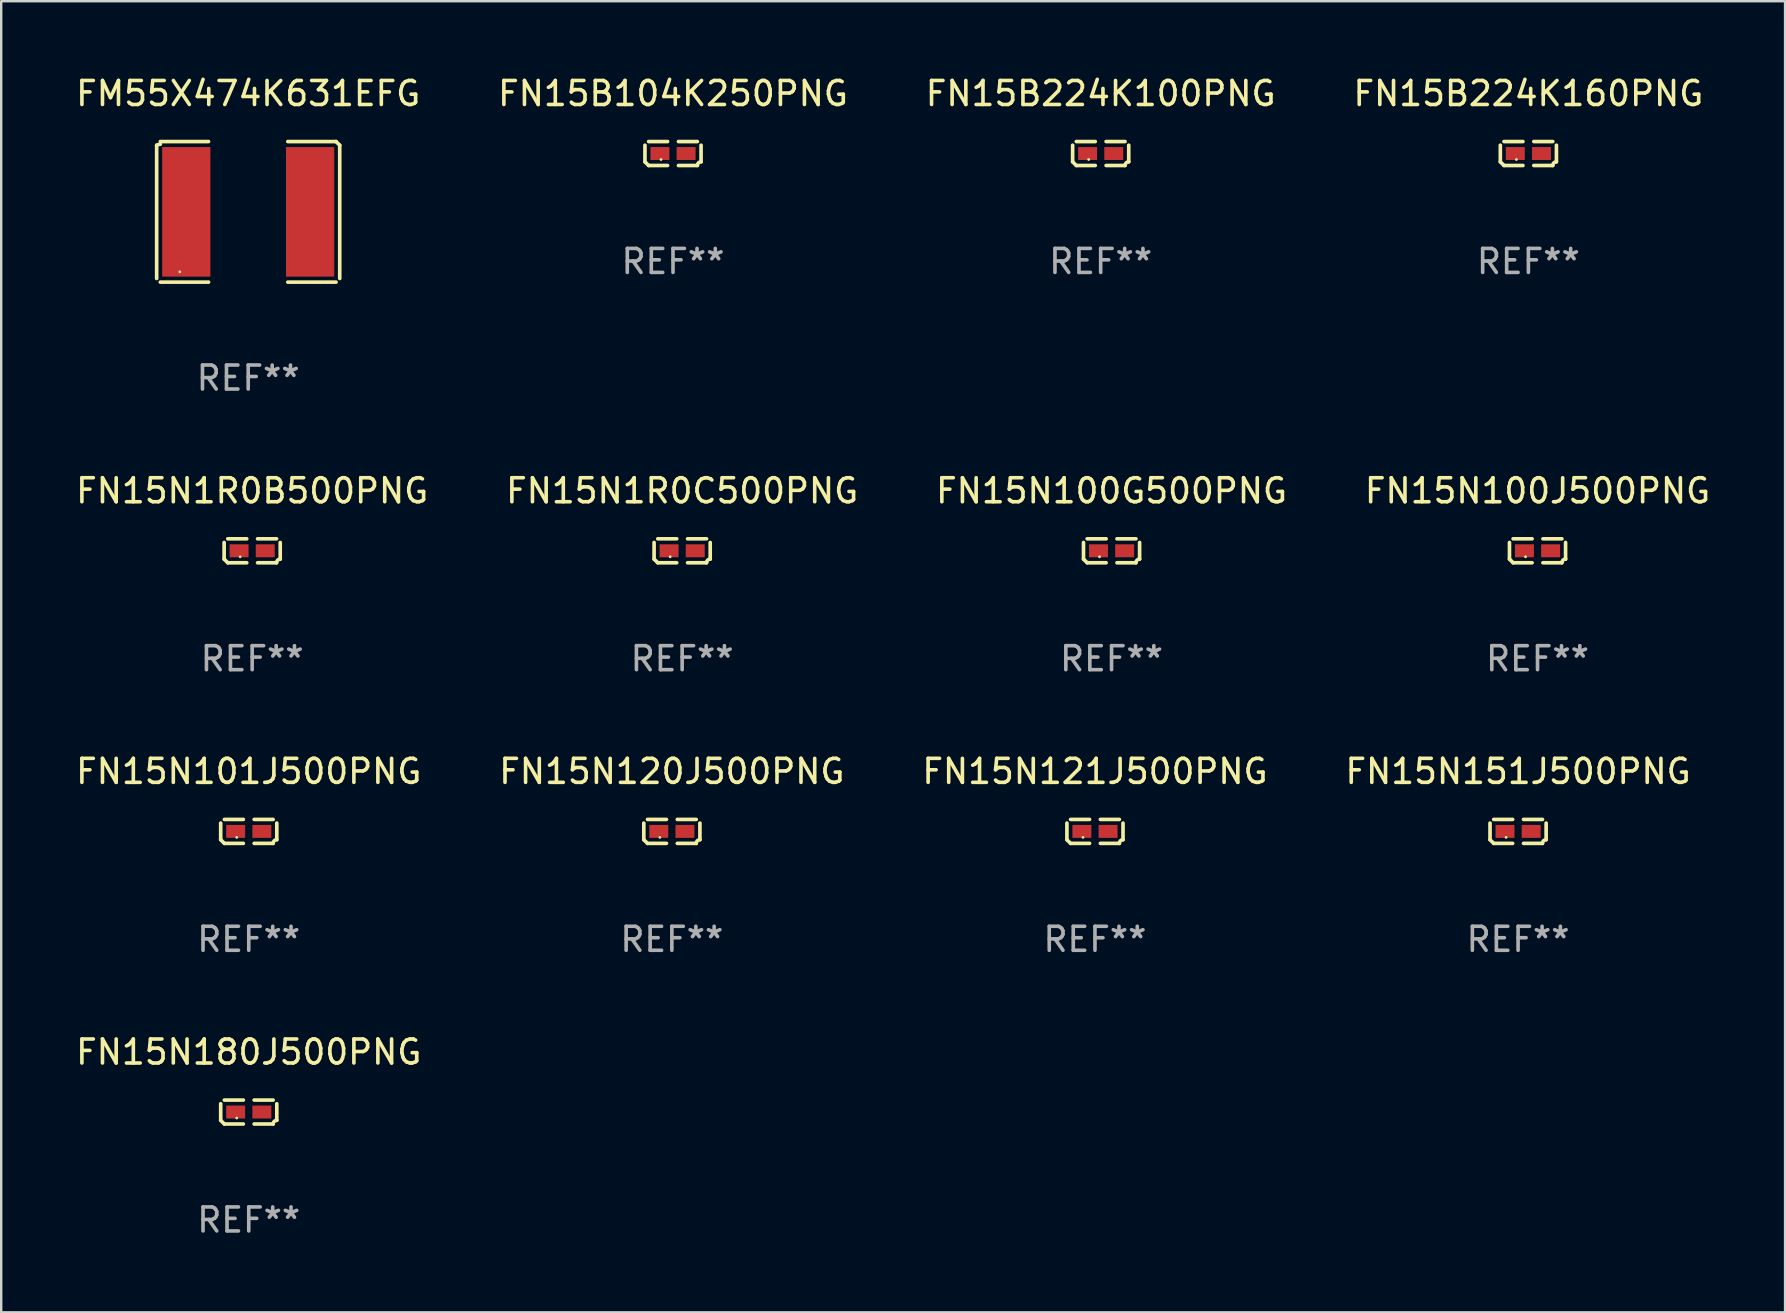
<source format=kicad_pcb>
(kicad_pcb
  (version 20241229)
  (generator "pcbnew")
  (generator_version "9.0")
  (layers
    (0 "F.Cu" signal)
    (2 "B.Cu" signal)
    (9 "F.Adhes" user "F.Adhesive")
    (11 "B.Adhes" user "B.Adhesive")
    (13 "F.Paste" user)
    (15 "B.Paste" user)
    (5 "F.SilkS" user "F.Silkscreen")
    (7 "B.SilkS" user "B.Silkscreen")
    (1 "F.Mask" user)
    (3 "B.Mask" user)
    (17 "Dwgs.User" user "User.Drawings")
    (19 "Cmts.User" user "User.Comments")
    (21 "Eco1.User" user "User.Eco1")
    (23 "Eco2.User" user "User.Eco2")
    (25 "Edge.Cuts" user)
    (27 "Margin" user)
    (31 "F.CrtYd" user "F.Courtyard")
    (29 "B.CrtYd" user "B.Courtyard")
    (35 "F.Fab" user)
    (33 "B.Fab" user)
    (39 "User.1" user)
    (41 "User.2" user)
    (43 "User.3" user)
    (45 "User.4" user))
  (footprint "FN15N1R0B500PNG"
    (layer "F.Cu")
    (at 7.458 19.901)
    (property "Reference" "FN15N1R0B500PNG" (at 0 -2.499 0) (layer "F.SilkS") (effects (font (size 1 1) (thickness 0.15))))
    (attr through_hole)
    (fp_line (start -1.169 0.346) (end -1.169 -0.346) (stroke (width 0.152) (type solid)) (layer "F.SilkS"))
    (fp_line (start -1.016 -0.499) (end -0.226 -0.499) (stroke (width 0.152) (type solid)) (layer "F.SilkS"))
    (fp_line (start -0.226 0.499) (end -1.016 0.499) (stroke (width 0.152) (type solid)) (layer "F.SilkS"))
    (fp_line (start 0.226 0.499) (end 1.016 0.499) (stroke (width 0.152) (type solid)) (layer "F.SilkS"))
    (fp_line (start 1.016 -0.499) (end 0.226 -0.499) (stroke (width 0.152) (type solid)) (layer "F.SilkS"))
    (fp_line (start 1.169 0.346) (end 1.169 -0.346) (stroke (width 0.152) (type solid)) (layer "F.SilkS"))
    (fp_arc (start -1.016307 0.498603) (mid -1.092512 0.422405) (end -1.16871 0.3462) (stroke (width 0.1524) (type solid)) (layer "F.SilkS"))
    (fp_arc (start 1.016307 0.498603) (mid 1.060899 0.390758) (end 1.168707 0.346076) (stroke (width 0.1524) (type solid)) (layer "F.SilkS"))
    (fp_circle (center -0.5 0.25) (end -0.47 0.25) (stroke (width 0.06) (type solid)) (fill no) (layer "F.SilkS"))
    (fp_text user "REF**" (at 0 4.499 0) (layer "F.Fab") (effects (font (size 1 1) (thickness 0.15))))
    (pad "1" smd rect (at -0.545 0) (size 0.79 0.54) (layers "F.Cu" "F.Mask" "F.Paste"))
    (pad "2" smd rect (at 0.545 0) (size 0.79 0.54) (layers "F.Cu" "F.Mask" "F.Paste")))
  (footprint "FN15B224K100PNG"
    (layer "F.Cu")
    (at 42.815 3.347)
    (property "Reference" "FN15B224K100PNG" (at 0 -2.499 0) (layer "F.SilkS") (effects (font (size 1 1) (thickness 0.15))))
    (attr through_hole)
    (fp_line (start -1.169 0.346) (end -1.169 -0.346) (stroke (width 0.152) (type solid)) (layer "F.SilkS"))
    (fp_line (start -1.016 -0.499) (end -0.226 -0.499) (stroke (width 0.152) (type solid)) (layer "F.SilkS"))
    (fp_line (start -0.226 0.499) (end -1.016 0.499) (stroke (width 0.152) (type solid)) (layer "F.SilkS"))
    (fp_line (start 0.226 0.499) (end 1.016 0.499) (stroke (width 0.152) (type solid)) (layer "F.SilkS"))
    (fp_line (start 1.016 -0.499) (end 0.226 -0.499) (stroke (width 0.152) (type solid)) (layer "F.SilkS"))
    (fp_line (start 1.169 0.346) (end 1.169 -0.346) (stroke (width 0.152) (type solid)) (layer "F.SilkS"))
    (fp_arc (start -1.016307 0.498603) (mid -1.092512 0.422405) (end -1.16871 0.3462) (stroke (width 0.1524) (type solid)) (layer "F.SilkS"))
    (fp_arc (start 1.016307 0.498603) (mid 1.060899 0.390758) (end 1.168707 0.346076) (stroke (width 0.1524) (type solid)) (layer "F.SilkS"))
    (fp_circle (center -0.5 0.25) (end -0.47 0.25) (stroke (width 0.06) (type solid)) (fill no) (layer "F.SilkS"))
    (fp_text user "REF**" (at 0 4.499 0) (layer "F.Fab") (effects (font (size 1 1) (thickness 0.15))))
    (pad "1" smd rect (at -0.545 0) (size 0.79 0.54) (layers "F.Cu" "F.Mask" "F.Paste"))
    (pad "2" smd rect (at 0.545 0) (size 0.79 0.54) (layers "F.Cu" "F.Mask" "F.Paste")))
  (footprint "FN15N151J500PNG"
    (layer "F.Cu")
    (at 60.208 31.594)
    (property "Reference" "FN15N151J500PNG" (at 0 -2.499 0) (layer "F.SilkS") (effects (font (size 1 1) (thickness 0.15))))
    (attr through_hole)
    (fp_line (start -1.169 0.346) (end -1.169 -0.346) (stroke (width 0.152) (type solid)) (layer "F.SilkS"))
    (fp_line (start -1.016 -0.499) (end -0.226 -0.499) (stroke (width 0.152) (type solid)) (layer "F.SilkS"))
    (fp_line (start -0.226 0.499) (end -1.016 0.499) (stroke (width 0.152) (type solid)) (layer "F.SilkS"))
    (fp_line (start 0.226 0.499) (end 1.016 0.499) (stroke (width 0.152) (type solid)) (layer "F.SilkS"))
    (fp_line (start 1.016 -0.499) (end 0.226 -0.499) (stroke (width 0.152) (type solid)) (layer "F.SilkS"))
    (fp_line (start 1.169 0.346) (end 1.169 -0.346) (stroke (width 0.152) (type solid)) (layer "F.SilkS"))
    (fp_arc (start -1.016307 0.498603) (mid -1.092512 0.422405) (end -1.16871 0.3462) (stroke (width 0.1524) (type solid)) (layer "F.SilkS"))
    (fp_arc (start 1.016307 0.498603) (mid 1.060899 0.390758) (end 1.168707 0.346076) (stroke (width 0.1524) (type solid)) (layer "F.SilkS"))
    (fp_circle (center -0.5 0.25) (end -0.47 0.25) (stroke (width 0.06) (type solid)) (fill no) (layer "F.SilkS"))
    (fp_text user "REF**" (at 0 4.499 0) (layer "F.Fab") (effects (font (size 1 1) (thickness 0.15))))
    (pad "1" smd rect (at -0.545 0) (size 0.79 0.54) (layers "F.Cu" "F.Mask" "F.Paste"))
    (pad "2" smd rect (at 0.545 0) (size 0.79 0.54) (layers "F.Cu" "F.Mask" "F.Paste")))
  (footprint "FN15N100G500PNG"
    (layer "F.Cu")
    (at 43.268 19.901)
    (property "Reference" "FN15N100G500PNG" (at 0 -2.499 0) (layer "F.SilkS") (effects (font (size 1 1) (thickness 0.15))))
    (attr through_hole)
    (fp_line (start -1.169 0.346) (end -1.169 -0.346) (stroke (width 0.152) (type solid)) (layer "F.SilkS"))
    (fp_line (start -1.016 -0.499) (end -0.226 -0.499) (stroke (width 0.152) (type solid)) (layer "F.SilkS"))
    (fp_line (start -0.226 0.499) (end -1.016 0.499) (stroke (width 0.152) (type solid)) (layer "F.SilkS"))
    (fp_line (start 0.226 0.499) (end 1.016 0.499) (stroke (width 0.152) (type solid)) (layer "F.SilkS"))
    (fp_line (start 1.016 -0.499) (end 0.226 -0.499) (stroke (width 0.152) (type solid)) (layer "F.SilkS"))
    (fp_line (start 1.169 0.346) (end 1.169 -0.346) (stroke (width 0.152) (type solid)) (layer "F.SilkS"))
    (fp_arc (start -1.016307 0.498603) (mid -1.092512 0.422405) (end -1.16871 0.3462) (stroke (width 0.1524) (type solid)) (layer "F.SilkS"))
    (fp_arc (start 1.016307 0.498603) (mid 1.060899 0.390758) (end 1.168707 0.346076) (stroke (width 0.1524) (type solid)) (layer "F.SilkS"))
    (fp_circle (center -0.5 0.25) (end -0.47 0.25) (stroke (width 0.06) (type solid)) (fill no) (layer "F.SilkS"))
    (fp_text user "REF**" (at 0 4.499 0) (layer "F.Fab") (effects (font (size 1 1) (thickness 0.15))))
    (pad "1" smd rect (at -0.545 0) (size 0.79 0.54) (layers "F.Cu" "F.Mask" "F.Paste"))
    (pad "2" smd rect (at 0.545 0) (size 0.79 0.54) (layers "F.Cu" "F.Mask" "F.Paste")))
  (footprint "FN15N120J500PNG"
    (layer "F.Cu")
    (at 24.946 31.594)
    (property "Reference" "FN15N120J500PNG" (at 0 -2.499 0) (layer "F.SilkS") (effects (font (size 1 1) (thickness 0.15))))
    (attr through_hole)
    (fp_line (start -1.169 0.346) (end -1.169 -0.346) (stroke (width 0.152) (type solid)) (layer "F.SilkS"))
    (fp_line (start -1.016 -0.499) (end -0.226 -0.499) (stroke (width 0.152) (type solid)) (layer "F.SilkS"))
    (fp_line (start -0.226 0.499) (end -1.016 0.499) (stroke (width 0.152) (type solid)) (layer "F.SilkS"))
    (fp_line (start 0.226 0.499) (end 1.016 0.499) (stroke (width 0.152) (type solid)) (layer "F.SilkS"))
    (fp_line (start 1.016 -0.499) (end 0.226 -0.499) (stroke (width 0.152) (type solid)) (layer "F.SilkS"))
    (fp_line (start 1.169 0.346) (end 1.169 -0.346) (stroke (width 0.152) (type solid)) (layer "F.SilkS"))
    (fp_arc (start -1.016307 0.498603) (mid -1.092512 0.422405) (end -1.16871 0.3462) (stroke (width 0.1524) (type solid)) (layer "F.SilkS"))
    (fp_arc (start 1.016307 0.498603) (mid 1.060899 0.390758) (end 1.168707 0.346076) (stroke (width 0.1524) (type solid)) (layer "F.SilkS"))
    (fp_circle (center -0.5 0.25) (end -0.47 0.25) (stroke (width 0.06) (type solid)) (fill no) (layer "F.SilkS"))
    (fp_text user "REF**" (at 0 4.499 0) (layer "F.Fab") (effects (font (size 1 1) (thickness 0.15))))
    (pad "1" smd rect (at -0.545 0) (size 0.79 0.54) (layers "F.Cu" "F.Mask" "F.Paste"))
    (pad "2" smd rect (at 0.545 0) (size 0.79 0.54) (layers "F.Cu" "F.Mask" "F.Paste")))
  (footprint "FN15N180J500PNG"
    (layer "F.Cu")
    (at 7.315 43.288)
    (property "Reference" "FN15N180J500PNG" (at 0 -2.499 0) (layer "F.SilkS") (effects (font (size 1 1) (thickness 0.15))))
    (attr through_hole)
    (fp_line (start -1.169 0.346) (end -1.169 -0.346) (stroke (width 0.152) (type solid)) (layer "F.SilkS"))
    (fp_line (start -1.016 -0.499) (end -0.226 -0.499) (stroke (width 0.152) (type solid)) (layer "F.SilkS"))
    (fp_line (start -0.226 0.499) (end -1.016 0.499) (stroke (width 0.152) (type solid)) (layer "F.SilkS"))
    (fp_line (start 0.226 0.499) (end 1.016 0.499) (stroke (width 0.152) (type solid)) (layer "F.SilkS"))
    (fp_line (start 1.016 -0.499) (end 0.226 -0.499) (stroke (width 0.152) (type solid)) (layer "F.SilkS"))
    (fp_line (start 1.169 0.346) (end 1.169 -0.346) (stroke (width 0.152) (type solid)) (layer "F.SilkS"))
    (fp_arc (start -1.016307 0.498603) (mid -1.092512 0.422405) (end -1.16871 0.3462) (stroke (width 0.1524) (type solid)) (layer "F.SilkS"))
    (fp_arc (start 1.016307 0.498603) (mid 1.060899 0.390758) (end 1.168707 0.346076) (stroke (width 0.1524) (type solid)) (layer "F.SilkS"))
    (fp_circle (center -0.5 0.25) (end -0.47 0.25) (stroke (width 0.06) (type solid)) (fill no) (layer "F.SilkS"))
    (fp_text user "REF**" (at 0 4.499 0) (layer "F.Fab") (effects (font (size 1 1) (thickness 0.15))))
    (pad "1" smd rect (at -0.545 0) (size 0.79 0.54) (layers "F.Cu" "F.Mask" "F.Paste"))
    (pad "2" smd rect (at 0.545 0) (size 0.79 0.54) (layers "F.Cu" "F.Mask" "F.Paste")))
  (footprint "FN15B104K250PNG"
    (layer "F.Cu")
    (at 24.994 3.347)
    (property "Reference" "FN15B104K250PNG" (at 0 -2.499 0) (layer "F.SilkS") (effects (font (size 1 1) (thickness 0.15))))
    (attr through_hole)
    (fp_line (start -1.169 0.346) (end -1.169 -0.346) (stroke (width 0.152) (type solid)) (layer "F.SilkS"))
    (fp_line (start -1.016 -0.499) (end -0.226 -0.499) (stroke (width 0.152) (type solid)) (layer "F.SilkS"))
    (fp_line (start -0.226 0.499) (end -1.016 0.499) (stroke (width 0.152) (type solid)) (layer "F.SilkS"))
    (fp_line (start 0.226 0.499) (end 1.016 0.499) (stroke (width 0.152) (type solid)) (layer "F.SilkS"))
    (fp_line (start 1.016 -0.499) (end 0.226 -0.499) (stroke (width 0.152) (type solid)) (layer "F.SilkS"))
    (fp_line (start 1.169 0.346) (end 1.169 -0.346) (stroke (width 0.152) (type solid)) (layer "F.SilkS"))
    (fp_arc (start -1.016307 0.498603) (mid -1.092512 0.422405) (end -1.16871 0.3462) (stroke (width 0.1524) (type solid)) (layer "F.SilkS"))
    (fp_arc (start 1.016307 0.498603) (mid 1.060899 0.390758) (end 1.168707 0.346076) (stroke (width 0.1524) (type solid)) (layer "F.SilkS"))
    (fp_circle (center -0.5 0.25) (end -0.47 0.25) (stroke (width 0.06) (type solid)) (fill no) (layer "F.SilkS"))
    (fp_text user "REF**" (at 0 4.499 0) (layer "F.Fab") (effects (font (size 1 1) (thickness 0.15))))
    (pad "1" smd rect (at -0.545 0) (size 0.79 0.54) (layers "F.Cu" "F.Mask" "F.Paste"))
    (pad "2" smd rect (at 0.545 0) (size 0.79 0.54) (layers "F.Cu" "F.Mask" "F.Paste")))
  (footprint "FN15N1R0C500PNG"
    (layer "F.Cu")
    (at 25.375 19.901)
    (property "Reference" "FN15N1R0C500PNG" (at 0 -2.499 0) (layer "F.SilkS") (effects (font (size 1 1) (thickness 0.15))))
    (attr through_hole)
    (fp_line (start -1.169 0.346) (end -1.169 -0.346) (stroke (width 0.152) (type solid)) (layer "F.SilkS"))
    (fp_line (start -1.016 -0.499) (end -0.226 -0.499) (stroke (width 0.152) (type solid)) (layer "F.SilkS"))
    (fp_line (start -0.226 0.499) (end -1.016 0.499) (stroke (width 0.152) (type solid)) (layer "F.SilkS"))
    (fp_line (start 0.226 0.499) (end 1.016 0.499) (stroke (width 0.152) (type solid)) (layer "F.SilkS"))
    (fp_line (start 1.016 -0.499) (end 0.226 -0.499) (stroke (width 0.152) (type solid)) (layer "F.SilkS"))
    (fp_line (start 1.169 0.346) (end 1.169 -0.346) (stroke (width 0.152) (type solid)) (layer "F.SilkS"))
    (fp_arc (start -1.016307 0.498603) (mid -1.092512 0.422405) (end -1.16871 0.3462) (stroke (width 0.1524) (type solid)) (layer "F.SilkS"))
    (fp_arc (start 1.016307 0.498603) (mid 1.060899 0.390758) (end 1.168707 0.346076) (stroke (width 0.1524) (type solid)) (layer "F.SilkS"))
    (fp_circle (center -0.5 0.25) (end -0.47 0.25) (stroke (width 0.06) (type solid)) (fill no) (layer "F.SilkS"))
    (fp_text user "REF**" (at 0 4.499 0) (layer "F.Fab") (effects (font (size 1 1) (thickness 0.15))))
    (pad "1" smd rect (at -0.545 0) (size 0.79 0.54) (layers "F.Cu" "F.Mask" "F.Paste"))
    (pad "2" smd rect (at 0.545 0) (size 0.79 0.54) (layers "F.Cu" "F.Mask" "F.Paste")))
  (footprint "FN15N100J500PNG"
    (layer "F.Cu")
    (at 61.018 19.901)
    (property "Reference" "FN15N100J500PNG" (at 0 -2.499 0) (layer "F.SilkS") (effects (font (size 1 1) (thickness 0.15))))
    (attr through_hole)
    (fp_line (start -1.169 0.346) (end -1.169 -0.346) (stroke (width 0.152) (type solid)) (layer "F.SilkS"))
    (fp_line (start -1.016 -0.499) (end -0.226 -0.499) (stroke (width 0.152) (type solid)) (layer "F.SilkS"))
    (fp_line (start -0.226 0.499) (end -1.016 0.499) (stroke (width 0.152) (type solid)) (layer "F.SilkS"))
    (fp_line (start 0.226 0.499) (end 1.016 0.499) (stroke (width 0.152) (type solid)) (layer "F.SilkS"))
    (fp_line (start 1.016 -0.499) (end 0.226 -0.499) (stroke (width 0.152) (type solid)) (layer "F.SilkS"))
    (fp_line (start 1.169 0.346) (end 1.169 -0.346) (stroke (width 0.152) (type solid)) (layer "F.SilkS"))
    (fp_arc (start -1.016307 0.498603) (mid -1.092512 0.422405) (end -1.16871 0.3462) (stroke (width 0.1524) (type solid)) (layer "F.SilkS"))
    (fp_arc (start 1.016307 0.498603) (mid 1.060899 0.390758) (end 1.168707 0.346076) (stroke (width 0.1524) (type solid)) (layer "F.SilkS"))
    (fp_circle (center -0.5 0.25) (end -0.47 0.25) (stroke (width 0.06) (type solid)) (fill no) (layer "F.SilkS"))
    (fp_text user "REF**" (at 0 4.499 0) (layer "F.Fab") (effects (font (size 1 1) (thickness 0.15))))
    (pad "1" smd rect (at -0.545 0) (size 0.79 0.54) (layers "F.Cu" "F.Mask" "F.Paste"))
    (pad "2" smd rect (at 0.545 0) (size 0.79 0.54) (layers "F.Cu" "F.Mask" "F.Paste")))
  (footprint "FN15N121J500PNG"
    (layer "F.Cu")
    (at 42.577 31.594)
    (property "Reference" "FN15N121J500PNG" (at 0 -2.499 0) (layer "F.SilkS") (effects (font (size 1 1) (thickness 0.15))))
    (attr through_hole)
    (fp_line (start -1.169 0.346) (end -1.169 -0.346) (stroke (width 0.152) (type solid)) (layer "F.SilkS"))
    (fp_line (start -1.016 -0.499) (end -0.226 -0.499) (stroke (width 0.152) (type solid)) (layer "F.SilkS"))
    (fp_line (start -0.226 0.499) (end -1.016 0.499) (stroke (width 0.152) (type solid)) (layer "F.SilkS"))
    (fp_line (start 0.226 0.499) (end 1.016 0.499) (stroke (width 0.152) (type solid)) (layer "F.SilkS"))
    (fp_line (start 1.016 -0.499) (end 0.226 -0.499) (stroke (width 0.152) (type solid)) (layer "F.SilkS"))
    (fp_line (start 1.169 0.346) (end 1.169 -0.346) (stroke (width 0.152) (type solid)) (layer "F.SilkS"))
    (fp_arc (start -1.016307 0.498603) (mid -1.092512 0.422405) (end -1.16871 0.3462) (stroke (width 0.1524) (type solid)) (layer "F.SilkS"))
    (fp_arc (start 1.016307 0.498603) (mid 1.060899 0.390758) (end 1.168707 0.346076) (stroke (width 0.1524) (type solid)) (layer "F.SilkS"))
    (fp_circle (center -0.5 0.25) (end -0.47 0.25) (stroke (width 0.06) (type solid)) (fill no) (layer "F.SilkS"))
    (fp_text user "REF**" (at 0 4.499 0) (layer "F.Fab") (effects (font (size 1 1) (thickness 0.15))))
    (pad "1" smd rect (at -0.545 0) (size 0.79 0.54) (layers "F.Cu" "F.Mask" "F.Paste"))
    (pad "2" smd rect (at 0.545 0) (size 0.79 0.54) (layers "F.Cu" "F.Mask" "F.Paste")))
  (footprint "FM55X474K631EFG"
    (layer "F.Cu")
    (at 7.292 5.777)
    (property "Reference" "FM55X474K631EFG" (at 0 -4.929 0) (layer "F.SilkS") (effects (font (size 1 1) (thickness 0.15))))
    (attr through_hole)
    (fp_line (start -3.814 2.776) (end -3.814 -2.776) (stroke (width 0.152) (type solid)) (layer "F.SilkS"))
    (fp_line (start -3.661 -2.929) (end -1.651 -2.929) (stroke (width 0.152) (type solid)) (layer "F.SilkS"))
    (fp_line (start -1.651 2.929) (end -3.661 2.929) (stroke (width 0.152) (type solid)) (layer "F.SilkS"))
    (fp_line (start 1.651 2.929) (end 3.661 2.929) (stroke (width 0.152) (type solid)) (layer "F.SilkS"))
    (fp_line (start 3.661 -2.929) (end 1.651 -2.929) (stroke (width 0.152) (type solid)) (layer "F.SilkS"))
    (fp_line (start 3.814 2.776) (end 3.814 -2.776) (stroke (width 0.152) (type solid)) (layer "F.SilkS"))
    (fp_arc (start -3.813614 -2.7762) (mid -3.739925 -2.805625) (end -3.661214 -2.815646) (stroke (width 0.1524) (type solid)) (layer "F.SilkS"))
    (fp_arc (start 3.661214 -2.9286) (mid 3.737425 -2.852411) (end 3.813614 -2.7762) (stroke (width 0.1524) (type solid)) (layer "F.SilkS"))
    (fp_circle (center -2.85 2.5) (end -2.82 2.5) (stroke (width 0.06) (type solid)) (fill no) (layer "F.SilkS"))
    (fp_text user "REF**" (at 0 6.929 0) (layer "F.Fab") (effects (font (size 1 1) (thickness 0.15))))
    (pad "1" smd rect (at -2.58 0) (size 2.01 5.4) (layers "F.Cu" "F.Mask" "F.Paste"))
    (pad "2" smd rect (at 2.58 0) (size 2.01 5.4) (layers "F.Cu" "F.Mask" "F.Paste")))
  (footprint "FN15N101J500PNG"
    (layer "F.Cu")
    (at 7.315 31.594)
    (property "Reference" "FN15N101J500PNG" (at 0 -2.499 0) (layer "F.SilkS") (effects (font (size 1 1) (thickness 0.15))))
    (attr through_hole)
    (fp_line (start -1.169 0.346) (end -1.169 -0.346) (stroke (width 0.152) (type solid)) (layer "F.SilkS"))
    (fp_line (start -1.016 -0.499) (end -0.226 -0.499) (stroke (width 0.152) (type solid)) (layer "F.SilkS"))
    (fp_line (start -0.226 0.499) (end -1.016 0.499) (stroke (width 0.152) (type solid)) (layer "F.SilkS"))
    (fp_line (start 0.226 0.499) (end 1.016 0.499) (stroke (width 0.152) (type solid)) (layer "F.SilkS"))
    (fp_line (start 1.016 -0.499) (end 0.226 -0.499) (stroke (width 0.152) (type solid)) (layer "F.SilkS"))
    (fp_line (start 1.169 0.346) (end 1.169 -0.346) (stroke (width 0.152) (type solid)) (layer "F.SilkS"))
    (fp_arc (start -1.016307 0.498603) (mid -1.092512 0.422405) (end -1.16871 0.3462) (stroke (width 0.1524) (type solid)) (layer "F.SilkS"))
    (fp_arc (start 1.016307 0.498603) (mid 1.060899 0.390758) (end 1.168707 0.346076) (stroke (width 0.1524) (type solid)) (layer "F.SilkS"))
    (fp_circle (center -0.5 0.25) (end -0.47 0.25) (stroke (width 0.06) (type solid)) (fill no) (layer "F.SilkS"))
    (fp_text user "REF**" (at 0 4.499 0) (layer "F.Fab") (effects (font (size 1 1) (thickness 0.15))))
    (pad "1" smd rect (at -0.545 0) (size 0.79 0.54) (layers "F.Cu" "F.Mask" "F.Paste"))
    (pad "2" smd rect (at 0.545 0) (size 0.79 0.54) (layers "F.Cu" "F.Mask" "F.Paste")))
  (footprint "FN15B224K160PNG"
    (layer "F.Cu")
    (at 60.637 3.347)
    (property "Reference" "FN15B224K160PNG" (at 0 -2.499 0) (layer "F.SilkS") (effects (font (size 1 1) (thickness 0.15))))
    (attr through_hole)
    (fp_line (start -1.169 0.346) (end -1.169 -0.346) (stroke (width 0.152) (type solid)) (layer "F.SilkS"))
    (fp_line (start -1.016 -0.499) (end -0.226 -0.499) (stroke (width 0.152) (type solid)) (layer "F.SilkS"))
    (fp_line (start -0.226 0.499) (end -1.016 0.499) (stroke (width 0.152) (type solid)) (layer "F.SilkS"))
    (fp_line (start 0.226 0.499) (end 1.016 0.499) (stroke (width 0.152) (type solid)) (layer "F.SilkS"))
    (fp_line (start 1.016 -0.499) (end 0.226 -0.499) (stroke (width 0.152) (type solid)) (layer "F.SilkS"))
    (fp_line (start 1.169 0.346) (end 1.169 -0.346) (stroke (width 0.152) (type solid)) (layer "F.SilkS"))
    (fp_arc (start -1.016307 0.498603) (mid -1.092512 0.422405) (end -1.16871 0.3462) (stroke (width 0.1524) (type solid)) (layer "F.SilkS"))
    (fp_arc (start 1.016307 0.498603) (mid 1.060899 0.390758) (end 1.168707 0.346076) (stroke (width 0.1524) (type solid)) (layer "F.SilkS"))
    (fp_circle (center -0.5 0.25) (end -0.47 0.25) (stroke (width 0.06) (type solid)) (fill no) (layer "F.SilkS"))
    (fp_text user "REF**" (at 0 4.499 0) (layer "F.Fab") (effects (font (size 1 1) (thickness 0.15))))
    (pad "1" smd rect (at -0.545 0) (size 0.79 0.54) (layers "F.Cu" "F.Mask" "F.Paste"))
    (pad "2" smd rect (at 0.545 0) (size 0.79 0.54) (layers "F.Cu" "F.Mask" "F.Paste")))
  (gr_rect
    (start -3 -3)
    (end 71.333 51.635)
    (stroke (width 0.1) (type default))
    (fill no)
    (layer "Edge.Cuts")))
</source>
